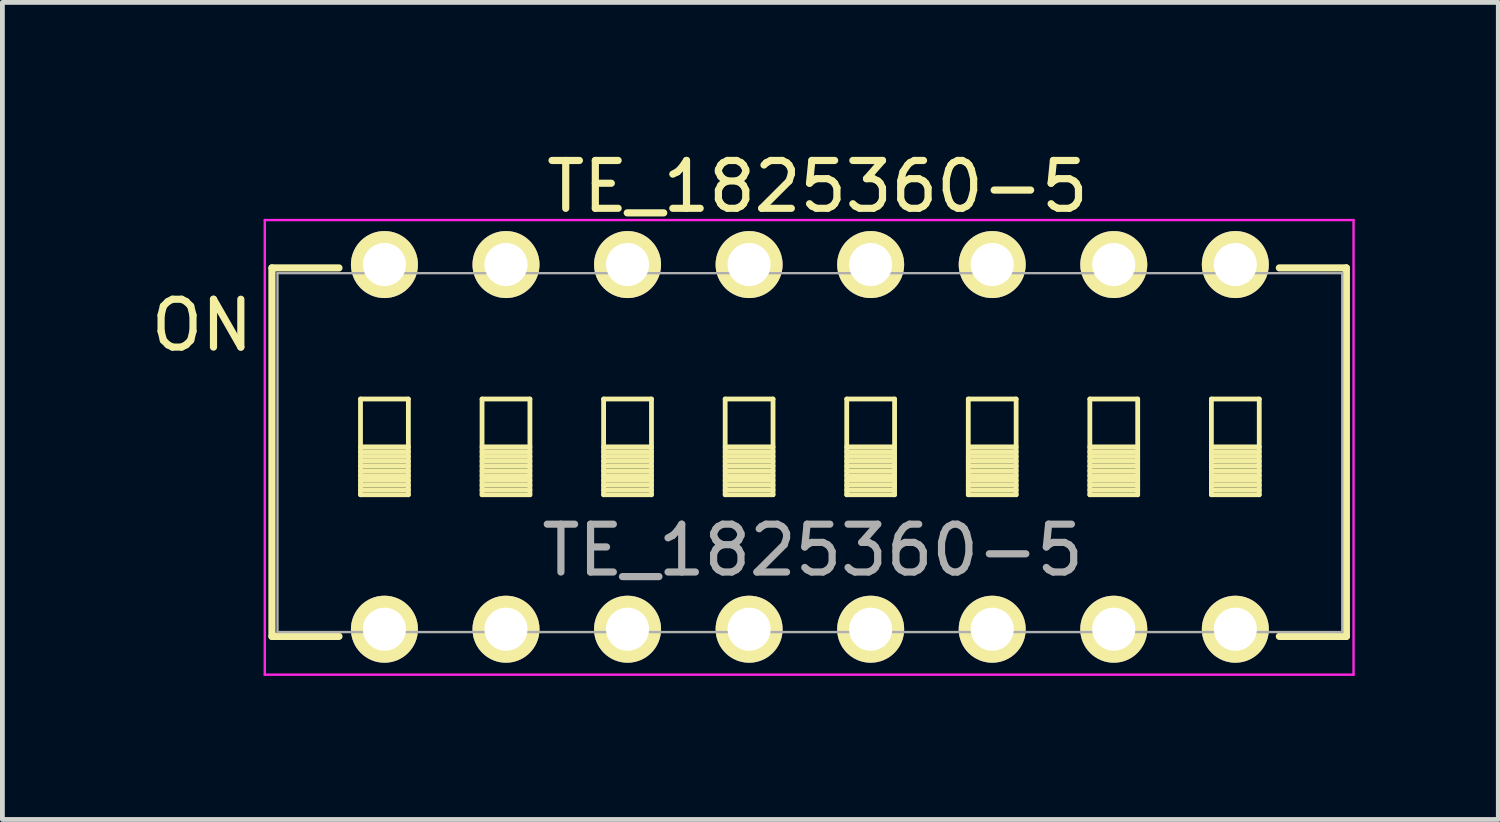
<source format=kicad_pcb>
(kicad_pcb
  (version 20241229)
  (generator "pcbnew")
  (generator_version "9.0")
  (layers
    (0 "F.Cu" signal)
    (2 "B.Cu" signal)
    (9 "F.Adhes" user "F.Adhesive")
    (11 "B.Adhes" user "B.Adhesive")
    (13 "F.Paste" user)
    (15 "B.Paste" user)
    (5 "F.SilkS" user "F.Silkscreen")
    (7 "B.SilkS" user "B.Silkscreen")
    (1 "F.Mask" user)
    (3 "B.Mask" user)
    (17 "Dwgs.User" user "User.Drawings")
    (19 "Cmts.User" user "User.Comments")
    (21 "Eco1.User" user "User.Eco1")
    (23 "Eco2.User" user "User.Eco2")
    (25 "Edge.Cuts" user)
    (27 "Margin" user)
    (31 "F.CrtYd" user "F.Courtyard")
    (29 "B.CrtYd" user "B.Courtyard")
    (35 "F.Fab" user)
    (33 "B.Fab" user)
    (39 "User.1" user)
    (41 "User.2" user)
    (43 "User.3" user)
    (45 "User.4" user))
  (footprint "TE_1825360-5"
    (layer "F.Cu")
    (at 4.983 10.098)
    (property "Reference" "TE_1825360-5" (at 8.95 -1.65 0) (layer "F.Fab") (effects (font (size 1 1) (thickness 0.15))))
    (attr through_hole)
    (fp_line (start -2.35 -7.55) (end -0.95 -7.55) (stroke (width 0.15) (type solid)) (layer "F.SilkS"))
    (fp_line (start -2.35 0.15) (end -2.35 -7.55) (stroke (width 0.15) (type solid)) (layer "F.SilkS"))
    (fp_line (start -0.95 0.15) (end -2.35 0.15) (stroke (width 0.15) (type solid)) (layer "F.SilkS"))
    (fp_line (start -0.5 -4.81) (end -0.5 -2.81) (stroke (width 0.1) (type solid)) (layer "F.SilkS"))
    (fp_line (start -0.5 -3.81) (end 0.5 -3.81) (stroke (width 0.1) (type solid)) (layer "F.SilkS"))
    (fp_line (start -0.5 -3.71) (end 0.5 -3.71) (stroke (width 0.1) (type solid)) (layer "F.SilkS"))
    (fp_line (start -0.5 -3.61) (end 0.5 -3.61) (stroke (width 0.1) (type solid)) (layer "F.SilkS"))
    (fp_line (start -0.5 -3.51) (end 0.5 -3.51) (stroke (width 0.1) (type solid)) (layer "F.SilkS"))
    (fp_line (start -0.5 -3.41) (end 0.5 -3.41) (stroke (width 0.1) (type solid)) (layer "F.SilkS"))
    (fp_line (start -0.5 -3.31) (end 0.5 -3.31) (stroke (width 0.1) (type solid)) (layer "F.SilkS"))
    (fp_line (start -0.5 -3.21) (end 0.5 -3.21) (stroke (width 0.1) (type solid)) (layer "F.SilkS"))
    (fp_line (start -0.5 -3.11) (end 0.5 -3.11) (stroke (width 0.1) (type solid)) (layer "F.SilkS"))
    (fp_line (start -0.5 -3.01) (end 0.5 -3.01) (stroke (width 0.1) (type solid)) (layer "F.SilkS"))
    (fp_line (start -0.5 -2.91) (end 0.5 -2.91) (stroke (width 0.1) (type solid)) (layer "F.SilkS"))
    (fp_line (start -0.5 -2.81) (end 0.5 -2.81) (stroke (width 0.1) (type solid)) (layer "F.SilkS"))
    (fp_line (start 0.5 -4.81) (end -0.5 -4.81) (stroke (width 0.1) (type solid)) (layer "F.SilkS"))
    (fp_line (start 0.5 -2.81) (end 0.5 -4.81) (stroke (width 0.1) (type solid)) (layer "F.SilkS"))
    (fp_line (start 2.04 -4.81) (end 2.04 -2.81) (stroke (width 0.1) (type solid)) (layer "F.SilkS"))
    (fp_line (start 2.04 -3.81) (end 3.04 -3.81) (stroke (width 0.1) (type solid)) (layer "F.SilkS"))
    (fp_line (start 2.04 -3.71) (end 3.04 -3.71) (stroke (width 0.1) (type solid)) (layer "F.SilkS"))
    (fp_line (start 2.04 -3.61) (end 3.04 -3.61) (stroke (width 0.1) (type solid)) (layer "F.SilkS"))
    (fp_line (start 2.04 -3.51) (end 3.04 -3.51) (stroke (width 0.1) (type solid)) (layer "F.SilkS"))
    (fp_line (start 2.04 -3.41) (end 3.04 -3.41) (stroke (width 0.1) (type solid)) (layer "F.SilkS"))
    (fp_line (start 2.04 -3.31) (end 3.04 -3.31) (stroke (width 0.1) (type solid)) (layer "F.SilkS"))
    (fp_line (start 2.04 -3.21) (end 3.04 -3.21) (stroke (width 0.1) (type solid)) (layer "F.SilkS"))
    (fp_line (start 2.04 -3.11) (end 3.04 -3.11) (stroke (width 0.1) (type solid)) (layer "F.SilkS"))
    (fp_line (start 2.04 -3.01) (end 3.04 -3.01) (stroke (width 0.1) (type solid)) (layer "F.SilkS"))
    (fp_line (start 2.04 -2.91) (end 3.04 -2.91) (stroke (width 0.1) (type solid)) (layer "F.SilkS"))
    (fp_line (start 2.04 -2.81) (end 3.04 -2.81) (stroke (width 0.1) (type solid)) (layer "F.SilkS"))
    (fp_line (start 3.04 -4.81) (end 2.04 -4.81) (stroke (width 0.1) (type solid)) (layer "F.SilkS"))
    (fp_line (start 3.04 -2.81) (end 3.04 -4.81) (stroke (width 0.1) (type solid)) (layer "F.SilkS"))
    (fp_line (start 4.58 -4.81) (end 4.58 -2.81) (stroke (width 0.1) (type solid)) (layer "F.SilkS"))
    (fp_line (start 4.58 -3.81) (end 5.58 -3.81) (stroke (width 0.1) (type solid)) (layer "F.SilkS"))
    (fp_line (start 4.58 -3.71) (end 5.58 -3.71) (stroke (width 0.1) (type solid)) (layer "F.SilkS"))
    (fp_line (start 4.58 -3.61) (end 5.58 -3.61) (stroke (width 0.1) (type solid)) (layer "F.SilkS"))
    (fp_line (start 4.58 -3.51) (end 5.58 -3.51) (stroke (width 0.1) (type solid)) (layer "F.SilkS"))
    (fp_line (start 4.58 -3.41) (end 5.58 -3.41) (stroke (width 0.1) (type solid)) (layer "F.SilkS"))
    (fp_line (start 4.58 -3.31) (end 5.58 -3.31) (stroke (width 0.1) (type solid)) (layer "F.SilkS"))
    (fp_line (start 4.58 -3.21) (end 5.58 -3.21) (stroke (width 0.1) (type solid)) (layer "F.SilkS"))
    (fp_line (start 4.58 -3.11) (end 5.58 -3.11) (stroke (width 0.1) (type solid)) (layer "F.SilkS"))
    (fp_line (start 4.58 -3.01) (end 5.58 -3.01) (stroke (width 0.1) (type solid)) (layer "F.SilkS"))
    (fp_line (start 4.58 -2.91) (end 5.58 -2.91) (stroke (width 0.1) (type solid)) (layer "F.SilkS"))
    (fp_line (start 4.58 -2.81) (end 5.58 -2.81) (stroke (width 0.1) (type solid)) (layer "F.SilkS"))
    (fp_line (start 5.58 -4.81) (end 4.58 -4.81) (stroke (width 0.1) (type solid)) (layer "F.SilkS"))
    (fp_line (start 5.58 -2.81) (end 5.58 -4.81) (stroke (width 0.1) (type solid)) (layer "F.SilkS"))
    (fp_line (start 7.12 -4.81) (end 7.12 -2.81) (stroke (width 0.1) (type solid)) (layer "F.SilkS"))
    (fp_line (start 7.12 -3.81) (end 8.12 -3.81) (stroke (width 0.1) (type solid)) (layer "F.SilkS"))
    (fp_line (start 7.12 -3.71) (end 8.12 -3.71) (stroke (width 0.1) (type solid)) (layer "F.SilkS"))
    (fp_line (start 7.12 -3.61) (end 8.12 -3.61) (stroke (width 0.1) (type solid)) (layer "F.SilkS"))
    (fp_line (start 7.12 -3.51) (end 8.12 -3.51) (stroke (width 0.1) (type solid)) (layer "F.SilkS"))
    (fp_line (start 7.12 -3.41) (end 8.12 -3.41) (stroke (width 0.1) (type solid)) (layer "F.SilkS"))
    (fp_line (start 7.12 -3.31) (end 8.12 -3.31) (stroke (width 0.1) (type solid)) (layer "F.SilkS"))
    (fp_line (start 7.12 -3.21) (end 8.12 -3.21) (stroke (width 0.1) (type solid)) (layer "F.SilkS"))
    (fp_line (start 7.12 -3.11) (end 8.12 -3.11) (stroke (width 0.1) (type solid)) (layer "F.SilkS"))
    (fp_line (start 7.12 -3.01) (end 8.12 -3.01) (stroke (width 0.1) (type solid)) (layer "F.SilkS"))
    (fp_line (start 7.12 -2.91) (end 8.12 -2.91) (stroke (width 0.1) (type solid)) (layer "F.SilkS"))
    (fp_line (start 7.12 -2.81) (end 8.12 -2.81) (stroke (width 0.1) (type solid)) (layer "F.SilkS"))
    (fp_line (start 8.12 -4.81) (end 7.12 -4.81) (stroke (width 0.1) (type solid)) (layer "F.SilkS"))
    (fp_line (start 8.12 -2.81) (end 8.12 -4.81) (stroke (width 0.1) (type solid)) (layer "F.SilkS"))
    (fp_line (start 9.66 -4.81) (end 9.66 -2.81) (stroke (width 0.1) (type solid)) (layer "F.SilkS"))
    (fp_line (start 9.66 -3.81) (end 10.66 -3.81) (stroke (width 0.1) (type solid)) (layer "F.SilkS"))
    (fp_line (start 9.66 -3.71) (end 10.66 -3.71) (stroke (width 0.1) (type solid)) (layer "F.SilkS"))
    (fp_line (start 9.66 -3.61) (end 10.66 -3.61) (stroke (width 0.1) (type solid)) (layer "F.SilkS"))
    (fp_line (start 9.66 -3.51) (end 10.66 -3.51) (stroke (width 0.1) (type solid)) (layer "F.SilkS"))
    (fp_line (start 9.66 -3.41) (end 10.66 -3.41) (stroke (width 0.1) (type solid)) (layer "F.SilkS"))
    (fp_line (start 9.66 -3.31) (end 10.66 -3.31) (stroke (width 0.1) (type solid)) (layer "F.SilkS"))
    (fp_line (start 9.66 -3.21) (end 10.66 -3.21) (stroke (width 0.1) (type solid)) (layer "F.SilkS"))
    (fp_line (start 9.66 -3.11) (end 10.66 -3.11) (stroke (width 0.1) (type solid)) (layer "F.SilkS"))
    (fp_line (start 9.66 -3.01) (end 10.66 -3.01) (stroke (width 0.1) (type solid)) (layer "F.SilkS"))
    (fp_line (start 9.66 -2.91) (end 10.66 -2.91) (stroke (width 0.1) (type solid)) (layer "F.SilkS"))
    (fp_line (start 9.66 -2.81) (end 10.66 -2.81) (stroke (width 0.1) (type solid)) (layer "F.SilkS"))
    (fp_line (start 10.66 -4.81) (end 9.66 -4.81) (stroke (width 0.1) (type solid)) (layer "F.SilkS"))
    (fp_line (start 10.66 -2.81) (end 10.66 -4.81) (stroke (width 0.1) (type solid)) (layer "F.SilkS"))
    (fp_line (start 12.2 -4.81) (end 12.2 -2.81) (stroke (width 0.1) (type solid)) (layer "F.SilkS"))
    (fp_line (start 12.2 -3.81) (end 13.2 -3.81) (stroke (width 0.1) (type solid)) (layer "F.SilkS"))
    (fp_line (start 12.2 -3.71) (end 13.2 -3.71) (stroke (width 0.1) (type solid)) (layer "F.SilkS"))
    (fp_line (start 12.2 -3.61) (end 13.2 -3.61) (stroke (width 0.1) (type solid)) (layer "F.SilkS"))
    (fp_line (start 12.2 -3.51) (end 13.2 -3.51) (stroke (width 0.1) (type solid)) (layer "F.SilkS"))
    (fp_line (start 12.2 -3.41) (end 13.2 -3.41) (stroke (width 0.1) (type solid)) (layer "F.SilkS"))
    (fp_line (start 12.2 -3.31) (end 13.2 -3.31) (stroke (width 0.1) (type solid)) (layer "F.SilkS"))
    (fp_line (start 12.2 -3.21) (end 13.2 -3.21) (stroke (width 0.1) (type solid)) (layer "F.SilkS"))
    (fp_line (start 12.2 -3.11) (end 13.2 -3.11) (stroke (width 0.1) (type solid)) (layer "F.SilkS"))
    (fp_line (start 12.2 -3.01) (end 13.2 -3.01) (stroke (width 0.1) (type solid)) (layer "F.SilkS"))
    (fp_line (start 12.2 -2.91) (end 13.2 -2.91) (stroke (width 0.1) (type solid)) (layer "F.SilkS"))
    (fp_line (start 12.2 -2.81) (end 13.2 -2.81) (stroke (width 0.1) (type solid)) (layer "F.SilkS"))
    (fp_line (start 13.2 -4.81) (end 12.2 -4.81) (stroke (width 0.1) (type solid)) (layer "F.SilkS"))
    (fp_line (start 13.2 -2.81) (end 13.2 -4.81) (stroke (width 0.1) (type solid)) (layer "F.SilkS"))
    (fp_line (start 14.74 -4.81) (end 14.74 -2.81) (stroke (width 0.1) (type solid)) (layer "F.SilkS"))
    (fp_line (start 14.74 -3.81) (end 15.74 -3.81) (stroke (width 0.1) (type solid)) (layer "F.SilkS"))
    (fp_line (start 14.74 -3.71) (end 15.74 -3.71) (stroke (width 0.1) (type solid)) (layer "F.SilkS"))
    (fp_line (start 14.74 -3.61) (end 15.74 -3.61) (stroke (width 0.1) (type solid)) (layer "F.SilkS"))
    (fp_line (start 14.74 -3.51) (end 15.74 -3.51) (stroke (width 0.1) (type solid)) (layer "F.SilkS"))
    (fp_line (start 14.74 -3.41) (end 15.74 -3.41) (stroke (width 0.1) (type solid)) (layer "F.SilkS"))
    (fp_line (start 14.74 -3.31) (end 15.74 -3.31) (stroke (width 0.1) (type solid)) (layer "F.SilkS"))
    (fp_line (start 14.74 -3.21) (end 15.74 -3.21) (stroke (width 0.1) (type solid)) (layer "F.SilkS"))
    (fp_line (start 14.74 -3.11) (end 15.74 -3.11) (stroke (width 0.1) (type solid)) (layer "F.SilkS"))
    (fp_line (start 14.74 -3.01) (end 15.74 -3.01) (stroke (width 0.1) (type solid)) (layer "F.SilkS"))
    (fp_line (start 14.74 -2.91) (end 15.74 -2.91) (stroke (width 0.1) (type solid)) (layer "F.SilkS"))
    (fp_line (start 14.74 -2.81) (end 15.74 -2.81) (stroke (width 0.1) (type solid)) (layer "F.SilkS"))
    (fp_line (start 15.74 -4.81) (end 14.74 -4.81) (stroke (width 0.1) (type solid)) (layer "F.SilkS"))
    (fp_line (start 15.74 -2.81) (end 15.74 -4.81) (stroke (width 0.1) (type solid)) (layer "F.SilkS"))
    (fp_line (start 17.28 -4.81) (end 17.28 -2.81) (stroke (width 0.1) (type solid)) (layer "F.SilkS"))
    (fp_line (start 17.28 -3.81) (end 18.28 -3.81) (stroke (width 0.1) (type solid)) (layer "F.SilkS"))
    (fp_line (start 17.28 -3.71) (end 18.28 -3.71) (stroke (width 0.1) (type solid)) (layer "F.SilkS"))
    (fp_line (start 17.28 -3.61) (end 18.28 -3.61) (stroke (width 0.1) (type solid)) (layer "F.SilkS"))
    (fp_line (start 17.28 -3.51) (end 18.28 -3.51) (stroke (width 0.1) (type solid)) (layer "F.SilkS"))
    (fp_line (start 17.28 -3.41) (end 18.28 -3.41) (stroke (width 0.1) (type solid)) (layer "F.SilkS"))
    (fp_line (start 17.28 -3.31) (end 18.28 -3.31) (stroke (width 0.1) (type solid)) (layer "F.SilkS"))
    (fp_line (start 17.28 -3.21) (end 18.28 -3.21) (stroke (width 0.1) (type solid)) (layer "F.SilkS"))
    (fp_line (start 17.28 -3.11) (end 18.28 -3.11) (stroke (width 0.1) (type solid)) (layer "F.SilkS"))
    (fp_line (start 17.28 -3.01) (end 18.28 -3.01) (stroke (width 0.1) (type solid)) (layer "F.SilkS"))
    (fp_line (start 17.28 -2.91) (end 18.28 -2.91) (stroke (width 0.1) (type solid)) (layer "F.SilkS"))
    (fp_line (start 17.28 -2.81) (end 18.28 -2.81) (stroke (width 0.1) (type solid)) (layer "F.SilkS"))
    (fp_line (start 18.28 -4.81) (end 17.28 -4.81) (stroke (width 0.1) (type solid)) (layer "F.SilkS"))
    (fp_line (start 18.28 -2.81) (end 18.28 -4.81) (stroke (width 0.1) (type solid)) (layer "F.SilkS"))
    (fp_line (start 18.7 -7.55) (end 20.1 -7.55) (stroke (width 0.15) (type solid)) (layer "F.SilkS"))
    (fp_line (start 20.1 -7.55) (end 20.1 0.15) (stroke (width 0.15) (type solid)) (layer "F.SilkS"))
    (fp_line (start 20.1 0.15) (end 18.7 0.15) (stroke (width 0.15) (type solid)) (layer "F.SilkS"))
    (fp_line (start -2.5 0.95) (end -2.5 -8.55) (stroke (width 0.05) (type solid)) (layer "F.CrtYd"))
    (fp_line (start 20.25 -8.55) (end -2.5 -8.55) (stroke (width 0.05) (type solid)) (layer "F.CrtYd"))
    (fp_line (start 20.25 -8.55) (end 20.25 0.95) (stroke (width 0.05) (type solid)) (layer "F.CrtYd"))
    (fp_line (start 20.25 0.95) (end -2.5 0.95) (stroke (width 0.05) (type solid)) (layer "F.CrtYd"))
    (fp_line (start -2.235 -7.44) (end 20.015 -7.44) (stroke (width 0.05) (type solid)) (layer "F.Fab"))
    (fp_line (start -2.235 0.06) (end -2.235 -7.44) (stroke (width 0.05) (type solid)) (layer "F.Fab"))
    (fp_line (start 20.015 -7.44) (end 20.015 0.06) (stroke (width 0.05) (type solid)) (layer "F.Fab"))
    (fp_line (start 20.015 0.06) (end -2.235 0.06) (stroke (width 0.05) (type solid)) (layer "F.Fab"))
    (fp_text user "${REFERENCE}" (at 9.05 -9.25 0) (layer "F.SilkS") (effects (font (size 1 1) (thickness 0.15))))
    (fp_text user "ON" (at -3.81 -6.35 0) (layer "F.SilkS") (effects (font (size 1 1) (thickness 0.15))))
    (pad "1" thru_hole circle (at 0 0) (size 1.4 1.4) (drill 0.9) (layers "*.Cu" "*.Mask" "F.SilkS" "B.Paste"))
    (pad "2" thru_hole circle (at 2.54 0) (size 1.4 1.4) (drill 0.9) (layers "*.Cu" "*.Mask" "F.SilkS" "B.Paste"))
    (pad "3" thru_hole circle (at 5.08 0) (size 1.4 1.4) (drill 0.9) (layers "*.Cu" "*.Mask" "F.SilkS" "B.Paste"))
    (pad "4" thru_hole circle (at 7.62 0) (size 1.4 1.4) (drill 0.9) (layers "*.Cu" "*.Mask" "F.SilkS" "B.Paste"))
    (pad "5" thru_hole circle (at 10.16 0) (size 1.4 1.4) (drill 0.9) (layers "*.Cu" "*.Mask" "F.SilkS" "B.Paste"))
    (pad "6" thru_hole circle (at 12.7 0) (size 1.4 1.4) (drill 0.9) (layers "*.Cu" "*.Mask" "F.SilkS" "B.Paste"))
    (pad "7" thru_hole circle (at 15.24 0) (size 1.4 1.4) (drill 0.9) (layers "*.Cu" "*.Mask" "F.SilkS" "B.Paste"))
    (pad "8" thru_hole circle (at 17.78 0) (size 1.4 1.4) (drill 0.9) (layers "*.Cu" "*.Mask" "F.SilkS" "B.Paste"))
    (pad "9" thru_hole circle (at 17.78 -7.62) (size 1.4 1.4) (drill 0.9) (layers "*.Cu" "*.Mask" "F.SilkS" "B.Paste"))
    (pad "10" thru_hole circle (at 15.24 -7.62) (size 1.4 1.4) (drill 0.9) (layers "*.Cu" "*.Mask" "F.SilkS" "B.Paste"))
    (pad "11" thru_hole circle (at 12.7 -7.62) (size 1.4 1.4) (drill 0.9) (layers "*.Cu" "*.Mask" "F.SilkS" "B.Paste"))
    (pad "12" thru_hole circle (at 10.16 -7.62) (size 1.4 1.4) (drill 0.9) (layers "*.Cu" "*.Mask" "F.SilkS" "B.Paste"))
    (pad "13" thru_hole circle (at 7.62 -7.62) (size 1.4 1.4) (drill 0.9) (layers "*.Cu" "*.Mask" "F.SilkS" "B.Paste"))
    (pad "14" thru_hole circle (at 5.08 -7.62) (size 1.4 1.4) (drill 0.9) (layers "*.Cu" "*.Mask" "F.SilkS" "B.Paste"))
    (pad "15" thru_hole circle (at 2.54 -7.62) (size 1.4 1.4) (drill 0.9) (layers "*.Cu" "*.Mask" "F.SilkS" "B.Paste"))
    (pad "16" thru_hole circle (at 0 -7.62) (size 1.4 1.4) (drill 0.9) (layers "*.Cu" "*.Mask" "F.SilkS" "B.Paste")))
  (gr_rect
    (start -3 -3)
    (end 28.258 14.073)
    (stroke (width 0.1) (type default))
    (fill no)
    (layer "Edge.Cuts")))
</source>
